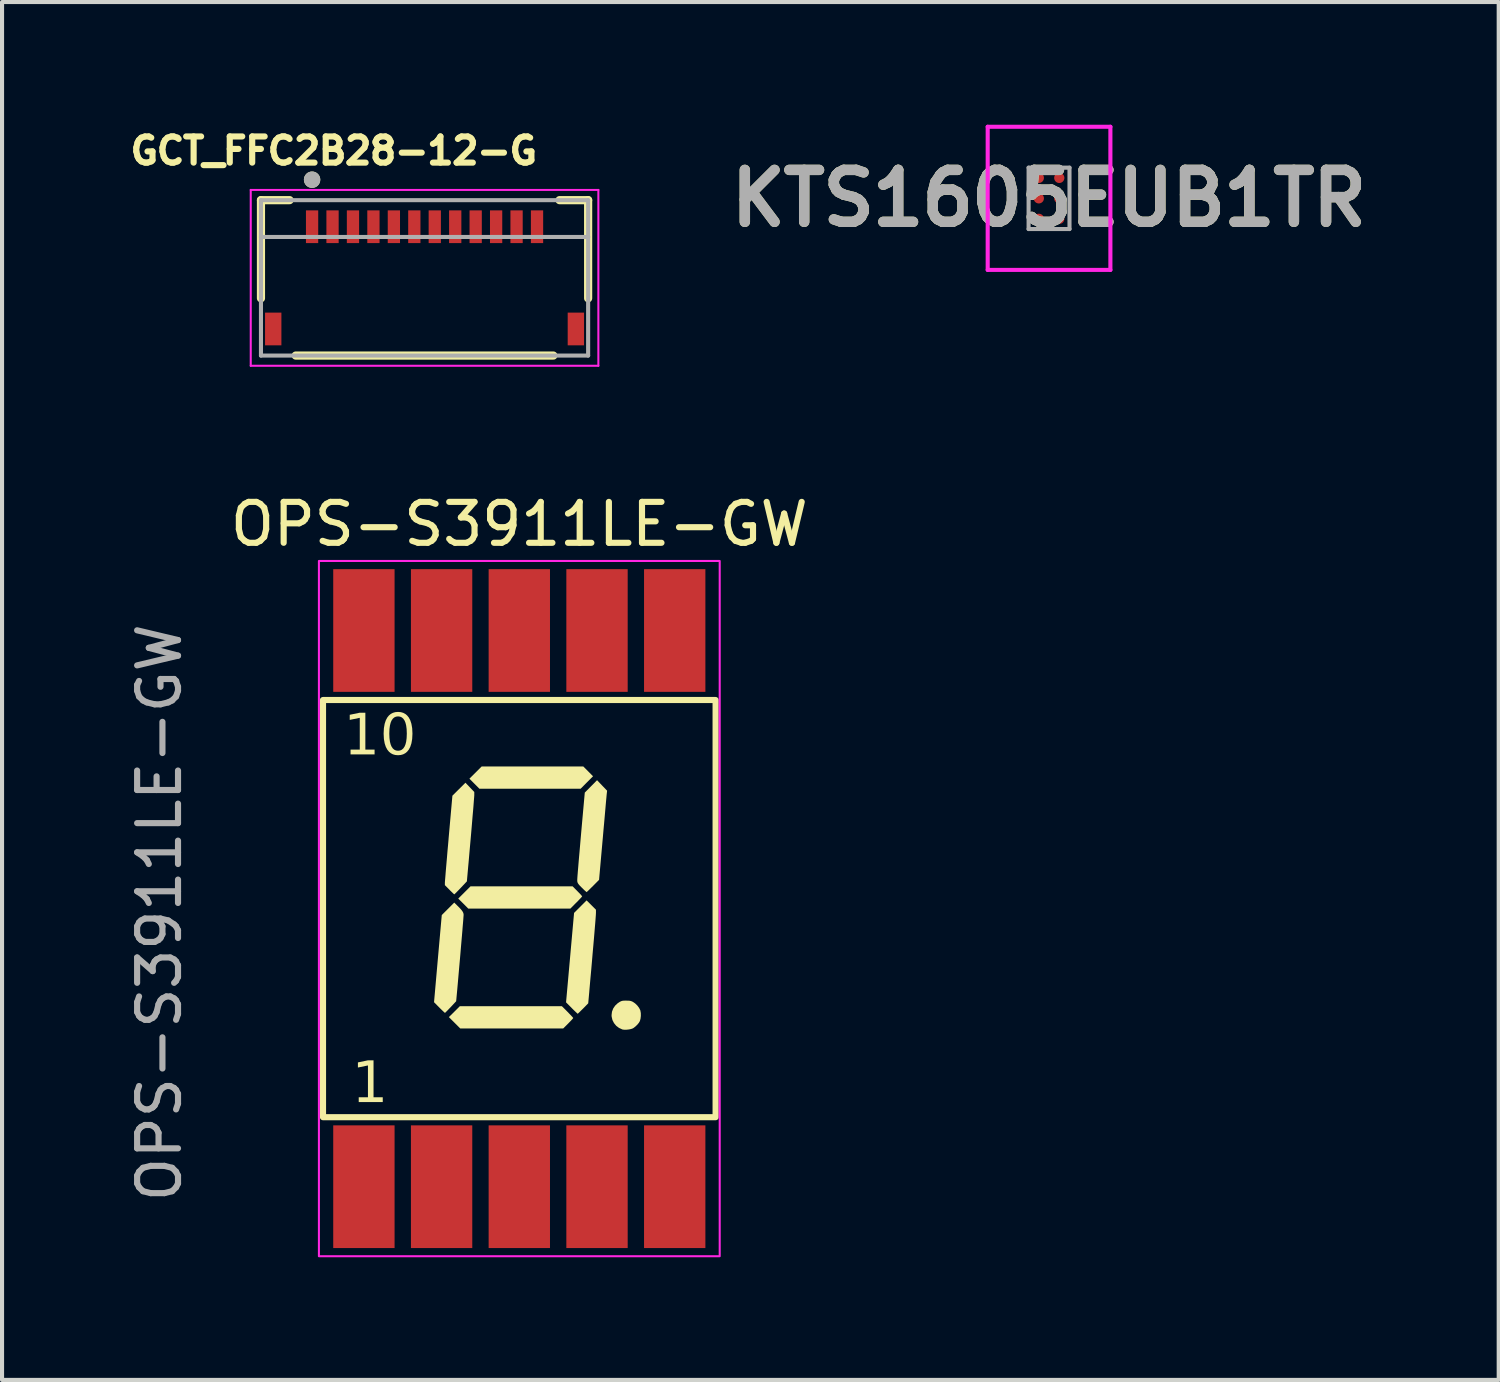
<source format=kicad_pcb>
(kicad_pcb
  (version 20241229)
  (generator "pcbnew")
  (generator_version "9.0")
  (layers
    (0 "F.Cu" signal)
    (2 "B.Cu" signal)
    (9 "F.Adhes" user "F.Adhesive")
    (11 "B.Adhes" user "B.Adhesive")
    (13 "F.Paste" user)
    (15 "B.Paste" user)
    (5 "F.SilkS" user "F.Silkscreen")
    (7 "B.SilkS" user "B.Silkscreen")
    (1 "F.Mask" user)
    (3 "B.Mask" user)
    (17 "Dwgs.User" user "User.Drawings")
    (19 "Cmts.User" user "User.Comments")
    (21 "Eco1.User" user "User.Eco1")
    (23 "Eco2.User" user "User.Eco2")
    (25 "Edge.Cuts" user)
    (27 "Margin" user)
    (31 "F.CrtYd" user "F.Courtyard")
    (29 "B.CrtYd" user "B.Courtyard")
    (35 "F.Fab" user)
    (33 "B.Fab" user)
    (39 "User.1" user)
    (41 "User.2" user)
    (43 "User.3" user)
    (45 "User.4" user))
  (footprint "KTS1605EUB1TR"
    (layer "F.Cu")
    (at 22.601 1.8)
    (property "Reference" "KTS1605EUB1TR" (at 0 0 0) (layer "F.SilkS") (effects (font (size 1.27 1.27) (thickness 0.254))))
    (attr smd)
    (fp_line (start -1 -0.5) (end -1 -0.5) (stroke (width 0.1) (type solid)) (layer "F.SilkS"))
    (fp_line (start -0.9 -0.5) (end -0.9 -0.5) (stroke (width 0.1) (type solid)) (layer "F.SilkS"))
    (fp_arc (start -1 -0.5) (mid -0.95 -0.55) (end -0.9 -0.5) (stroke (width 0.1) (type solid)) (layer "F.SilkS"))
    (fp_arc (start -0.9 -0.5) (mid -0.95 -0.45) (end -1 -0.5) (stroke (width 0.1) (type solid)) (layer "F.SilkS"))
    (fp_line (start -1.5 -1.75) (end 1.5 -1.75) (stroke (width 0.1) (type solid)) (layer "F.CrtYd"))
    (fp_line (start -1.5 1.75) (end -1.5 -1.75) (stroke (width 0.1) (type solid)) (layer "F.CrtYd"))
    (fp_line (start 1.5 -1.75) (end 1.5 1.75) (stroke (width 0.1) (type solid)) (layer "F.CrtYd"))
    (fp_line (start 1.5 1.75) (end -1.5 1.75) (stroke (width 0.1) (type solid)) (layer "F.CrtYd"))
    (fp_line (start -0.5 -0.75) (end -0.5 0.75) (stroke (width 0.1) (type solid)) (layer "F.Fab"))
    (fp_line (start -0.5 0.75) (end 0.5 0.75) (stroke (width 0.1) (type solid)) (layer "F.Fab"))
    (fp_line (start 0.5 -0.75) (end -0.5 -0.75) (stroke (width 0.1) (type solid)) (layer "F.Fab"))
    (fp_line (start 0.5 0.75) (end 0.5 -0.75) (stroke (width 0.1) (type solid)) (layer "F.Fab"))
    (fp_text user "${REFERENCE}" (at 0 0 0) (layer "F.Fab") (effects (font (size 1.27 1.27) (thickness 0.254))))
    (pad "A1" smd circle (at -0.25 -0.5 90) (size 0.25 0.25) (layers "F.Cu" "F.Mask" "F.Paste"))
    (pad "A2" smd circle (at 0.25 -0.5 90) (size 0.25 0.25) (layers "F.Cu" "F.Mask" "F.Paste"))
    (pad "B1" smd circle (at -0.25 0 90) (size 0.25 0.25) (layers "F.Cu" "F.Mask" "F.Paste"))
    (pad "B2" smd circle (at 0.25 0 90) (size 0.25 0.25) (layers "F.Cu" "F.Mask" "F.Paste"))
    (pad "C1" smd circle (at -0.25 0.5 90) (size 0.25 0.25) (layers "F.Cu" "F.Mask" "F.Paste"))
    (pad "C2" smd circle (at 0.25 0.5 90) (size 0.25 0.25) (layers "F.Cu" "F.Mask" "F.Paste")))
  (footprint "OPS-S3911LE-GW"
    (layer "F.Cu")
    (at 9.648 19.167)
    (property "Reference" "OPS-S3911LE-GW" (at 0 -9.4 180) (layer "F.SilkS") (effects (font (size 1 1) (thickness 0.15))))
    (attr smd)
    (fp_rect (start -4.8 -5.1) (end 4.8 5.1) (stroke (width 0.15) (type default)) (fill no) (layer "F.SilkS"))
    (fp_poly (pts (xy 1.684 -3.356) (xy 1.803 -3.236) (xy 1.651 -3.084) (xy 1.499 -2.931) (xy 0.262 -2.931) (xy -0.976 -2.931) (xy -1.098 -3.054) (xy -1.22 -3.177) (xy -1.07 -3.326) (xy -0.92 -3.476) (xy 0.322 -3.476) (xy 1.564 -3.476)) (stroke (width 0) (type solid)) (fill yes) (layer "F.SilkS"))
    (fp_poly (pts (xy 1.18 2.525) (xy 1.224 2.571) (xy 1.263 2.611) (xy 1.293 2.644) (xy 1.312 2.666) (xy 1.319 2.675) (xy 1.311 2.686) (xy 1.291 2.71) (xy 1.26 2.743) (xy 1.222 2.782) (xy 1.196 2.809) (xy 1.073 2.931) (xy -0.186 2.931) (xy -1.444 2.931) (xy -1.583 2.792) (xy -1.722 2.653) (xy -1.588 2.52) (xy -1.454 2.386) (xy -0.207 2.386) (xy 1.041 2.386)) (stroke (width 0) (type solid)) (fill yes) (layer "F.SilkS"))
    (fp_poly (pts (xy 1.419 -0.428) (xy 1.46 -0.386) (xy 1.495 -0.35) (xy 1.52 -0.321) (xy 1.535 -0.303) (xy 1.536 -0.3) (xy 1.529 -0.289) (xy 1.509 -0.266) (xy 1.477 -0.232) (xy 1.438 -0.191) (xy 1.393 -0.145) (xy 1.392 -0.145) (xy 1.248 0) (xy 0 0) (xy -1.248 0) (xy -1.37 -0.123) (xy -1.493 -0.245) (xy -1.343 -0.395) (xy -1.193 -0.545) (xy 0.055 -0.545) (xy 1.303 -0.545)) (stroke (width 0) (type solid)) (fill yes) (layer "F.SilkS"))
    (fp_poly (pts (xy 1.76 -0.087) (xy 1.874 0.027) (xy 1.874 0.103) (xy 1.873 0.125) (xy 1.871 0.162) (xy 1.867 0.216) (xy 1.862 0.286) (xy 1.855 0.373) (xy 1.846 0.478) (xy 1.836 0.601) (xy 1.824 0.742) (xy 1.81 0.903) (xy 1.794 1.082) (xy 1.777 1.282) (xy 1.758 1.502) (xy 1.736 1.742) (xy 1.713 2.004) (xy 1.71 2.043) (xy 1.685 2.316) (xy 1.56 2.444) (xy 1.517 2.486) (xy 1.48 2.523) (xy 1.451 2.551) (xy 1.433 2.568) (xy 1.428 2.572) (xy 1.419 2.564) (xy 1.397 2.544) (xy 1.364 2.513) (xy 1.324 2.474) (xy 1.282 2.432) (xy 1.143 2.292) (xy 1.241 1.199) (xy 1.339 0.105) (xy 1.492 -0.048) (xy 1.645 -0.201)) (stroke (width 0) (type solid)) (fill yes) (layer "F.SilkS"))
    (fp_poly (pts (xy -1.519 -0.076) (xy -1.462 -0.019) (xy -1.42 0.027) (xy -1.391 0.065) (xy -1.373 0.098) (xy -1.364 0.128) (xy -1.362 0.152) (xy -1.363 0.171) (xy -1.366 0.21) (xy -1.37 0.268) (xy -1.376 0.343) (xy -1.384 0.434) (xy -1.392 0.538) (xy -1.402 0.655) (xy -1.413 0.783) (xy -1.425 0.92) (xy -1.437 1.064) (xy -1.45 1.215) (xy -1.464 1.371) (xy -1.478 1.53) (xy -1.492 1.69) (xy -1.506 1.85) (xy -1.518 1.985) (xy -1.544 2.265) (xy -1.677 2.408) (xy -1.721 2.453) (xy -1.759 2.493) (xy -1.79 2.524) (xy -1.81 2.544) (xy -1.818 2.55) (xy -1.828 2.542) (xy -1.85 2.522) (xy -1.883 2.491) (xy -1.922 2.453) (xy -1.955 2.42) (xy -2.085 2.289) (xy -1.991 1.224) (xy -1.896 0.158) (xy -1.744 0.006) (xy -1.591 -0.147)) (stroke (width 0) (type solid)) (fill yes) (layer "F.SilkS"))
    (fp_poly (pts (xy 2.667 2.251) (xy 2.703 2.254) (xy 2.732 2.261) (xy 2.76 2.272) (xy 2.774 2.279) (xy 2.832 2.318) (xy 2.885 2.369) (xy 2.928 2.426) (xy 2.957 2.483) (xy 2.96 2.493) (xy 2.971 2.554) (xy 2.972 2.624) (xy 2.964 2.692) (xy 2.948 2.75) (xy 2.948 2.75) (xy 2.923 2.793) (xy 2.885 2.839) (xy 2.839 2.883) (xy 2.794 2.918) (xy 2.773 2.93) (xy 2.733 2.944) (xy 2.681 2.955) (xy 2.624 2.961) (xy 2.57 2.962) (xy 2.527 2.957) (xy 2.517 2.954) (xy 2.437 2.917) (xy 2.369 2.865) (xy 2.315 2.799) (xy 2.277 2.724) (xy 2.258 2.642) (xy 2.256 2.604) (xy 2.266 2.521) (xy 2.296 2.442) (xy 2.344 2.372) (xy 2.408 2.312) (xy 2.453 2.282) (xy 2.483 2.267) (xy 2.509 2.257) (xy 2.539 2.252) (xy 2.578 2.25) (xy 2.615 2.25)) (stroke (width 0) (type solid)) (fill yes) (layer "F.SilkS"))
    (fp_poly (pts (xy -1.209 -2.965) (xy -1.101 -2.852) (xy -1.101 -2.79) (xy -1.101 -2.769) (xy -1.104 -2.727) (xy -1.109 -2.667) (xy -1.115 -2.589) (xy -1.122 -2.495) (xy -1.131 -2.387) (xy -1.142 -2.266) (xy -1.153 -2.132) (xy -1.165 -1.989) (xy -1.178 -1.837) (xy -1.192 -1.677) (xy -1.207 -1.511) (xy -1.222 -1.341) (xy -1.237 -1.167) (xy -1.253 -0.992) (xy -1.257 -0.946) (xy -1.282 -0.666) (xy -1.432 -0.507) (xy -1.478 -0.459) (xy -1.519 -0.417) (xy -1.553 -0.383) (xy -1.577 -0.359) (xy -1.589 -0.349) (xy -1.59 -0.349) (xy -1.6 -0.356) (xy -1.622 -0.376) (xy -1.654 -0.407) (xy -1.692 -0.444) (xy -1.709 -0.462) (xy -1.82 -0.574) (xy -1.82 -0.633) (xy -1.819 -0.652) (xy -1.816 -0.692) (xy -1.811 -0.749) (xy -1.805 -0.824) (xy -1.798 -0.914) (xy -1.789 -1.018) (xy -1.779 -1.134) (xy -1.768 -1.26) (xy -1.757 -1.395) (xy -1.744 -1.537) (xy -1.731 -1.685) (xy -1.728 -1.726) (xy -1.636 -2.761) (xy -1.476 -2.92) (xy -1.317 -3.078)) (stroke (width 0) (type solid)) (fill yes) (layer "F.SilkS"))
    (fp_poly (pts (xy 2.024 -3.011) (xy 2.147 -2.883) (xy 2.141 -2.833) (xy 2.139 -2.816) (xy 2.135 -2.778) (xy 2.13 -2.721) (xy 2.123 -2.648) (xy 2.115 -2.559) (xy 2.106 -2.456) (xy 2.096 -2.341) (xy 2.085 -2.216) (xy 2.073 -2.081) (xy 2.06 -1.939) (xy 2.047 -1.791) (xy 2.043 -1.744) (xy 1.95 -0.703) (xy 1.801 -0.553) (xy 1.754 -0.507) (xy 1.713 -0.466) (xy 1.68 -0.434) (xy 1.656 -0.412) (xy 1.646 -0.403) (xy 1.646 -0.403) (xy 1.636 -0.411) (xy 1.614 -0.43) (xy 1.584 -0.457) (xy 1.564 -0.477) (xy 1.512 -0.528) (xy 1.473 -0.568) (xy 1.447 -0.599) (xy 1.43 -0.625) (xy 1.421 -0.648) (xy 1.417 -0.673) (xy 1.417 -0.693) (xy 1.417 -0.712) (xy 1.419 -0.745) (xy 1.422 -0.792) (xy 1.427 -0.853) (xy 1.433 -0.93) (xy 1.441 -1.023) (xy 1.45 -1.133) (xy 1.461 -1.261) (xy 1.474 -1.406) (xy 1.488 -1.57) (xy 1.504 -1.754) (xy 1.522 -1.958) (xy 1.542 -2.182) (xy 1.552 -2.293) (xy 1.601 -2.837) (xy 1.751 -2.988) (xy 1.901 -3.14)) (stroke (width 0) (type solid)) (fill yes) (layer "F.SilkS"))
    (fp_rect (start -4.9 -8.5) (end 4.9 8.5) (stroke (width 0.05) (type solid)) (fill no) (layer "F.CrtYd"))
    (fp_text user "1" (at -4.1 4.9 0) (unlocked yes) (layer "F.SilkS") (effects (font (face "Bahnschrift") (size 1 1) (thickness 0.15)) (justify left bottom)))
    (fp_text user "10" (at -4.3 -3.6 0) (unlocked yes) (layer "F.SilkS") (effects (font (face "Bahnschrift") (size 1 1) (thickness 0.15)) (justify left bottom)))
    (fp_text user "${REFERENCE}" (at -8.8 0.1 90) (layer "F.Fab") (effects (font (size 1 1) (thickness 0.15))))
    (pad "1" smd rect (at -3.8 6.8 90) (size 3 1.5) (layers "F.Cu" "F.Mask" "F.Paste"))
    (pad "2" smd rect (at -1.9 6.8 90) (size 3 1.5) (layers "F.Cu" "F.Mask" "F.Paste"))
    (pad "3" smd rect (at 0 6.8 90) (size 3 1.5) (layers "F.Cu" "F.Mask" "F.Paste"))
    (pad "4" smd rect (at 1.9 6.8 90) (size 3 1.5) (layers "F.Cu" "F.Mask" "F.Paste"))
    (pad "5" smd rect (at 3.8 6.8 90) (size 3 1.5) (layers "F.Cu" "F.Mask" "F.Paste"))
    (pad "6" smd rect (at 3.8 -6.8 90) (size 3 1.5) (layers "F.Cu" "F.Mask" "F.Paste"))
    (pad "7" smd rect (at 1.9 -6.8 90) (size 3 1.5) (layers "F.Cu" "F.Mask" "F.Paste"))
    (pad "8" smd rect (at 0 -6.8 90) (size 3 1.5) (layers "F.Cu" "F.Mask" "F.Paste"))
    (pad "9" smd rect (at -1.9 -6.8 90) (size 3 1.5) (layers "F.Cu" "F.Mask" "F.Paste"))
    (pad "10" smd rect (at -3.8 -6.8 90) (size 3 1.5) (layers "F.Cu" "F.Mask" "F.Paste")))
  (footprint "GCT_FFC2B28-12-G"
    (layer "F.Cu")
    (at 7.331 3.744)
    (property "Reference" "GCT_FFC2B28-12-G" (at -2.218 -3.106 0) (layer "F.SilkS") (effects (font (size 0.64 0.64) (thickness 0.15))))
    (attr smd)
    (fp_rect (start -2.9 -1.65) (end -2.6 -0.85) (stroke (width 0.01) (type solid)) (fill yes) (layer "F.Mask"))
    (fp_rect (start -2.4 -1.65) (end -2.1 -0.85) (stroke (width 0.01) (type solid)) (fill yes) (layer "F.Mask"))
    (fp_rect (start -1.9 -1.65) (end -1.6 -0.85) (stroke (width 0.01) (type solid)) (fill yes) (layer "F.Mask"))
    (fp_rect (start -1.4 -1.65) (end -1.1 -0.85) (stroke (width 0.01) (type solid)) (fill yes) (layer "F.Mask"))
    (fp_rect (start -0.9 -1.65) (end -0.6 -0.85) (stroke (width 0.01) (type solid)) (fill yes) (layer "F.Mask"))
    (fp_rect (start -0.4 -1.65) (end -0.1 -0.85) (stroke (width 0.01) (type solid)) (fill yes) (layer "F.Mask"))
    (fp_rect (start 0.1 -1.65) (end 0.4 -0.85) (stroke (width 0.01) (type solid)) (fill yes) (layer "F.Mask"))
    (fp_rect (start 0.6 -1.65) (end 0.9 -0.85) (stroke (width 0.01) (type solid)) (fill yes) (layer "F.Mask"))
    (fp_rect (start 1.1 -1.65) (end 1.4 -0.85) (stroke (width 0.01) (type solid)) (fill yes) (layer "F.Mask"))
    (fp_rect (start 1.6 -1.65) (end 1.9 -0.85) (stroke (width 0.01) (type solid)) (fill yes) (layer "F.Mask"))
    (fp_rect (start 2.1 -1.65) (end 2.4 -0.85) (stroke (width 0.01) (type solid)) (fill yes) (layer "F.Mask"))
    (fp_rect (start 2.6 -1.65) (end 2.9 -0.85) (stroke (width 0.01) (type solid)) (fill yes) (layer "F.Mask"))
    (fp_line (start -4 -1.9) (end -3.3 -1.9) (stroke (width 0.2) (type solid)) (layer "F.SilkS"))
    (fp_line (start -4 0.5) (end -4 -1.9) (stroke (width 0.2) (type solid)) (layer "F.SilkS"))
    (fp_line (start -3.15 1.9) (end 3.15 1.9) (stroke (width 0.2) (type solid)) (layer "F.SilkS"))
    (fp_line (start 3.3 -1.9) (end 4 -1.9) (stroke (width 0.2) (type solid)) (layer "F.SilkS"))
    (fp_line (start 4 -1.9) (end 4 0.5) (stroke (width 0.2) (type solid)) (layer "F.SilkS"))
    (fp_circle (center -2.75 -2.4) (end -2.65 -2.4) (stroke (width 0.2) (type solid)) (fill no) (layer "F.SilkS"))
    (fp_line (start -4.25 -2.15) (end -4.25 2.15) (stroke (width 0.05) (type solid)) (layer "F.CrtYd"))
    (fp_line (start -4.25 2.15) (end 4.25 2.15) (stroke (width 0.05) (type solid)) (layer "F.CrtYd"))
    (fp_line (start 4.25 -2.15) (end -4.25 -2.15) (stroke (width 0.05) (type solid)) (layer "F.CrtYd"))
    (fp_line (start 4.25 2.15) (end 4.25 -2.15) (stroke (width 0.05) (type solid)) (layer "F.CrtYd"))
    (fp_line (start -4 -1.9) (end 4 -1.9) (stroke (width 0.1) (type solid)) (layer "F.Fab"))
    (fp_line (start -4 -1) (end -4 -1.9) (stroke (width 0.1) (type solid)) (layer "F.Fab"))
    (fp_line (start -4 -1) (end 4 -1) (stroke (width 0.1) (type solid)) (layer "F.Fab"))
    (fp_line (start -4 1.9) (end -4 -1) (stroke (width 0.1) (type solid)) (layer "F.Fab"))
    (fp_line (start 4 -1.9) (end 4 -1) (stroke (width 0.1) (type solid)) (layer "F.Fab"))
    (fp_line (start 4 -1) (end 4 1.9) (stroke (width 0.1) (type solid)) (layer "F.Fab"))
    (fp_line (start 4 1.9) (end -4 1.9) (stroke (width 0.1) (type solid)) (layer "F.Fab"))
    (fp_circle (center -2.75 -2.4) (end -2.65 -2.4) (stroke (width 0.2) (type solid)) (fill no) (layer "F.Fab"))
    (pad "1" smd rect (at -2.75 -1.25) (size 0.3 0.8) (layers "F.Cu" "F.Paste"))
    (pad "2" smd rect (at -2.25 -1.25) (size 0.3 0.8) (layers "F.Cu" "F.Paste"))
    (pad "3" smd rect (at -1.75 -1.25) (size 0.3 0.8) (layers "F.Cu" "F.Paste"))
    (pad "4" smd rect (at -1.25 -1.25) (size 0.3 0.8) (layers "F.Cu" "F.Paste"))
    (pad "5" smd rect (at -0.75 -1.25) (size 0.3 0.8) (layers "F.Cu" "F.Paste"))
    (pad "6" smd rect (at -0.25 -1.25) (size 0.3 0.8) (layers "F.Cu" "F.Paste"))
    (pad "7" smd rect (at 0.25 -1.25) (size 0.3 0.8) (layers "F.Cu" "F.Paste"))
    (pad "8" smd rect (at 0.75 -1.25) (size 0.3 0.8) (layers "F.Cu" "F.Paste"))
    (pad "9" smd rect (at 1.25 -1.25) (size 0.3 0.8) (layers "F.Cu" "F.Paste"))
    (pad "10" smd rect (at 1.75 -1.25) (size 0.3 0.8) (layers "F.Cu" "F.Paste"))
    (pad "11" smd rect (at 2.25 -1.25) (size 0.3 0.8) (layers "F.Cu" "F.Paste"))
    (pad "12" smd rect (at 2.75 -1.25) (size 0.3 0.8) (layers "F.Cu" "F.Paste"))
    (pad "S1" smd rect (at -3.7 1.25) (size 0.4 0.8) (layers "F.Cu" "F.Mask" "F.Paste"))
    (pad "S2" smd rect (at 3.7 1.25) (size 0.4 0.8) (layers "F.Cu" "F.Mask" "F.Paste")))
  (gr_rect
    (start -3 -3)
    (end 33.596 30.692)
    (stroke (width 0.1) (type default))
    (fill no)
    (layer "Edge.Cuts")))
</source>
